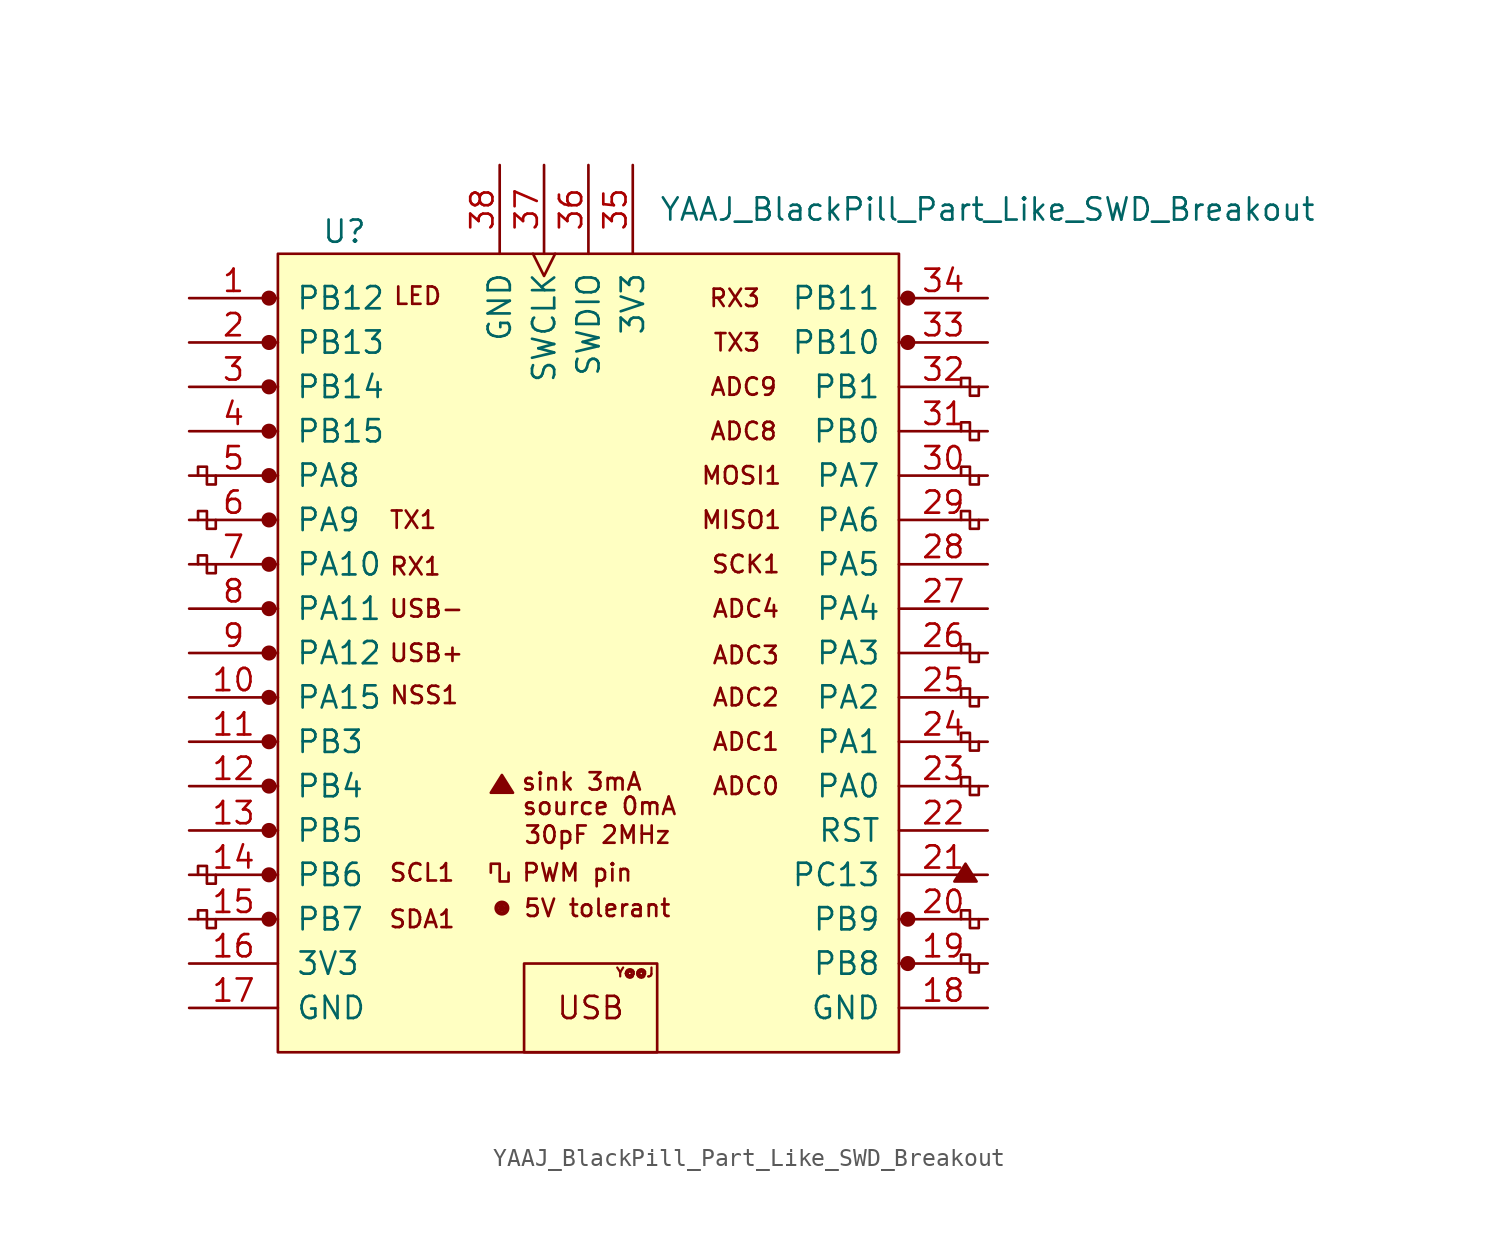
<source format=kicad_sym>
(kicad_symbol_lib
  (version 20231120)
  (generator "kicad_symbol_editor")
  (generator_version "8.0")
  (symbol "YAAJ_BlackPill_Part_Like_SWD_Breakout"
    (pin_names
      (offset 1.016))
    (property "Reference" "U"
      (at -13.97 24.13 0)
      (effects (font (size 1.27 1.27))))
    (property "Value" "YAAJ_BlackPill_Part_Like_SWD_Breakout"
      (at 22.86 25.4 0)
      (effects (font (size 1.27 1.27))))
    (symbol "YAAJ_BlackPill_Part_Like_SWD_Breakout_0_0"
      (circle (center -18.288 -15.24) (radius 0.356) (stroke (width 0) (type solid)) (fill (type outline)))
      (circle (center -18.288 -12.7) (radius 0.356) (stroke (width 0) (type solid)) (fill (type outline)))
      (circle (center -18.288 -10.16) (radius 0.356) (stroke (width 0) (type solid)) (fill (type outline)))
      (circle (center -18.288 -7.62) (radius 0.356) (stroke (width 0) (type solid)) (fill (type outline)))
      (circle (center -18.288 -5.08) (radius 0.356) (stroke (width 0) (type solid)) (fill (type outline)))
      (circle (center -18.288 -2.54) (radius 0.356) (stroke (width 0) (type solid)) (fill (type outline)))
      (circle (center -18.288 0) (radius 0.356) (stroke (width 0) (type solid)) (fill (type outline)))
      (circle (center -18.288 2.54) (radius 0.356) (stroke (width 0) (type solid)) (fill (type outline)))
      (circle (center -18.288 5.08) (radius 0.356) (stroke (width 0) (type solid)) (fill (type outline)))
      (circle (center -18.288 7.62) (radius 0.356) (stroke (width 0) (type solid)) (fill (type outline)))
      (circle (center -18.288 10.16) (radius 0.356) (stroke (width 0) (type solid)) (fill (type outline)))
      (circle (center -18.288 12.7) (radius 0.356) (stroke (width 0) (type solid)) (fill (type outline)))
      (circle (center -18.288 15.24) (radius 0.356) (stroke (width 0) (type solid)) (fill (type outline)))
      (circle (center -18.288 20.32) (radius 0.356) (stroke (width 0) (type solid)) (fill (type outline)))
      (circle (center -4.953 -14.605) (radius 0.127) (stroke (width 0) (type solid)) (fill (type outline)))
      (circle (center -4.953 -14.605) (radius 0.254) (stroke (width 0) (type solid)) (fill (type none)))
      (circle (center -4.953 -14.605) (radius 0.356) (stroke (width 0) (type solid)) (fill (type none)))
      (polyline (pts (xy -5.588 -8.001) (xy -4.953 -6.985) (xy -4.318 -8.001) (xy -5.588 -8.001) (xy -4.953 -7.112) (xy -4.445 -8.001) (xy -5.461 -7.874) (xy -4.953 -7.239) (xy -4.572 -8.001) (xy -5.334 -7.747) (xy -4.826 -7.366) (xy -4.699 -8.001) (xy -5.207 -7.62) (xy -4.699 -7.493) (xy -4.826 -7.874) (xy -5.08 -7.62) (xy -4.826 -7.747) (xy -4.953 -7.493)) (stroke (width 0) (type solid)) (fill (type none)))
      (polyline (pts (xy 20.955 -13.081) (xy 21.59 -12.065) (xy 22.225 -13.081) (xy 20.955 -13.081) (xy 21.59 -12.192) (xy 22.098 -13.081) (xy 21.082 -12.954) (xy 21.59 -12.319) (xy 21.971 -13.081) (xy 21.209 -12.827) (xy 21.717 -12.446) (xy 21.844 -13.081) (xy 21.336 -12.7) (xy 21.844 -12.573) (xy 21.717 -12.954) (xy 21.463 -12.7) (xy 21.717 -12.827) (xy 21.59 -12.573)) (stroke (width 0) (type solid)) (fill (type none)))
      (circle (center 18.288 -17.78) (radius 0.356) (stroke (width 0) (type solid)) (fill (type outline)))
      (circle (center 18.288 -15.24) (radius 0.356) (stroke (width 0) (type solid)) (fill (type outline)))
      (circle (center 18.288 17.78) (radius 0.254) (stroke (width 0) (type solid)) (fill (type outline)))
      (circle (center 18.288 17.78) (radius 0.356) (stroke (width 0) (type solid)) (fill (type none)))
      (circle (center 18.288 20.32) (radius 0.254) (stroke (width 0) (type solid)) (fill (type outline)))
      (circle (center 18.288 20.32) (radius 0.356) (stroke (width 0) (type solid)) (fill (type none)))
      (text "30pF 2MHz" (at 0.508 -10.414 0) (effects (font (size 0.991 0.991))))
      (text "5V tolerant" (at 0.508 -14.605 0) (effects (font (size 0.991 0.991))))
      (text "ADC0" (at 9.017 -7.62 0) (effects (font (size 0.991 0.991))))
      (text "ADC1" (at 9.017 -5.08 0) (effects (font (size 0.991 0.991))))
      (text "ADC2" (at 9.017 -2.54 0) (effects (font (size 0.991 0.991))))
      (text "ADC3" (at 9.017 -0.127 0) (effects (font (size 0.991 0.991))))
      (text "ADC4" (at 9.017 2.54 0) (effects (font (size 0.991 0.991))))
      (text "ADC8" (at 8.89 12.7 0) (effects (font (size 0.991 0.991))))
      (text "ADC9" (at 8.89 15.24 0) (effects (font (size 0.991 0.991))))
      (text "LED" (at -9.779 20.447 0) (effects (font (size 0.991 0.991))))
      (text "MISO1" (at 8.763 7.62 0) (effects (font (size 0.991 0.991))))
      (text "MOSI1" (at 8.763 10.16 0) (effects (font (size 0.991 0.991))))
      (text "NSS1" (at -9.398 -2.413 0) (effects (font (size 0.991 0.991))))
      (text "PWM pin" (at -0.635 -12.573 0) (effects (font (size 0.991 0.991))))
      (text "RX1" (at -9.906 4.953 0) (effects (font (size 0.991 0.991))))
      (text "RX3" (at 8.382 20.32 0) (effects (font (size 0.991 0.991))))
      (text "SCK1" (at 9.017 5.08 0) (effects (font (size 0.991 0.991))))
      (text "SCL1" (at -9.525 -12.573 0) (effects (font (size 0.991 0.991))))
      (text "SDA1" (at -9.525 -15.24 0) (effects (font (size 0.991 0.991))))
      (text "sink 3mA" (at -0.381 -7.366 0) (effects (font (size 0.991 0.991))))
      (text "source 0mA" (at 0.635 -8.763 0) (effects (font (size 0.991 0.991))))
      (text "TX1" (at -10.033 7.62 0) (effects (font (size 0.991 0.991))))
      (text "TX3" (at 8.509 17.78 0) (effects (font (size 0.991 0.991))))
      (text "USB" (at 0.127 -20.32 0) (effects (font (size 1.27 1.27))))
      (text "USB+" (at -9.271 0 0) (effects (font (size 0.991 0.991))))
      (text "USB-" (at -9.271 2.54 0) (effects (font (size 0.991 0.991))))
      (text "Y@@J" (at 2.667 -18.288 0) (effects (font (size 0.508 0.508)))))
    (symbol "YAAJ_BlackPill_Part_Like_SWD_Breakout_0_1"
      (rectangle (start -17.78 22.86) (end 17.78 -22.86) (stroke (width 0) (type solid)) (fill (type background)))
      (polyline (pts (xy -21.336 -15.24) (xy -21.336 -15.748) (xy -21.844 -15.748) (xy -21.844 -14.732) (xy -22.352 -14.732) (xy -22.352 -15.24)) (stroke (width 0) (type solid)) (fill (type none)))
      (polyline (pts (xy -21.336 -12.7) (xy -21.336 -13.208) (xy -21.844 -13.208) (xy -21.844 -12.192) (xy -22.352 -12.192) (xy -22.352 -12.7)) (stroke (width 0) (type solid)) (fill (type none)))
      (polyline (pts (xy -21.336 5.08) (xy -21.336 4.572) (xy -21.844 4.572) (xy -21.844 5.588) (xy -22.352 5.588) (xy -22.352 5.08)) (stroke (width 0) (type solid)) (fill (type none)))
      (polyline (pts (xy -21.336 7.62) (xy -21.336 7.112) (xy -21.844 7.112) (xy -21.844 8.128) (xy -22.352 8.128) (xy -22.352 7.62)) (stroke (width 0) (type solid)) (fill (type none)))
      (polyline (pts (xy -21.336 10.16) (xy -21.336 9.652) (xy -21.844 9.652) (xy -21.844 10.668) (xy -22.352 10.668) (xy -22.352 10.16)) (stroke (width 0) (type solid)) (fill (type none)))
      (polyline (pts (xy -4.572 -12.573) (xy -4.572 -13.081) (xy -5.08 -13.081) (xy -5.08 -12.065) (xy -5.588 -12.065) (xy -5.588 -12.573)) (stroke (width 0) (type solid)) (fill (type none)))
      (polyline (pts (xy 21.336 -17.78) (xy 21.336 -17.272) (xy 21.844 -17.272) (xy 21.844 -18.288) (xy 22.352 -18.288) (xy 22.352 -17.78)) (stroke (width 0) (type solid)) (fill (type none)))
      (polyline (pts (xy 21.336 -15.24) (xy 21.336 -14.732) (xy 21.844 -14.732) (xy 21.844 -15.748) (xy 22.352 -15.748) (xy 22.352 -15.24)) (stroke (width 0) (type solid)) (fill (type none)))
      (polyline (pts (xy 22.352 -7.62) (xy 22.352 -8.128) (xy 21.844 -8.128) (xy 21.844 -7.112) (xy 21.336 -7.112) (xy 21.336 -7.62)) (stroke (width 0) (type solid)) (fill (type none)))
      (polyline (pts (xy 22.352 -5.08) (xy 22.352 -5.588) (xy 21.844 -5.588) (xy 21.844 -4.572) (xy 21.336 -4.572) (xy 21.336 -5.08)) (stroke (width 0) (type solid)) (fill (type none)))
      (polyline (pts (xy 22.352 -2.54) (xy 22.352 -3.048) (xy 21.844 -3.048) (xy 21.844 -2.032) (xy 21.336 -2.032) (xy 21.336 -2.54)) (stroke (width 0) (type solid)) (fill (type none)))
      (polyline (pts (xy 22.352 0) (xy 22.352 -0.508) (xy 21.844 -0.508) (xy 21.844 0.508) (xy 21.336 0.508) (xy 21.336 0)) (stroke (width 0) (type solid)) (fill (type none)))
      (polyline (pts (xy 22.352 7.62) (xy 22.352 7.112) (xy 21.844 7.112) (xy 21.844 8.128) (xy 21.336 8.128) (xy 21.336 7.62)) (stroke (width 0) (type solid)) (fill (type none)))
      (polyline (pts (xy 22.352 10.16) (xy 22.352 9.652) (xy 21.844 9.652) (xy 21.844 10.668) (xy 21.336 10.668) (xy 21.336 10.16)) (stroke (width 0) (type solid)) (fill (type none)))
      (polyline (pts (xy 22.352 12.7) (xy 22.352 12.192) (xy 21.844 12.192) (xy 21.844 13.208) (xy 21.336 13.208) (xy 21.336 12.7)) (stroke (width 0) (type solid)) (fill (type none)))
      (polyline (pts (xy 22.352 15.24) (xy 22.352 14.732) (xy 21.844 14.732) (xy 21.844 15.748) (xy 21.336 15.748) (xy 21.336 15.24)) (stroke (width 0) (type solid)) (fill (type none)))
      (rectangle (start 3.937 -17.78) (end -3.683 -22.86) (stroke (width 0) (type solid)) (fill (type none))))
    (symbol "YAAJ_BlackPill_Part_Like_SWD_Breakout_1_1"
      (circle (center -18.288 17.78) (radius 0.356) (stroke (width 0) (type solid)) (fill (type outline)))
      (pin bidirectional line (at -22.86 20.32 0) (length 5.08) (name "PB12" (effects (font (size 1.27 1.27)))) (number "1" (effects (font (size 1.27 1.27)))))
      (pin bidirectional line (at -22.86 -2.54 0) (length 5.08) (name "PA15" (effects (font (size 1.27 1.27)))) (number "10" (effects (font (size 1.27 1.27)))))
      (pin bidirectional line (at -22.86 -5.08 0) (length 5.08) (name "PB3" (effects (font (size 1.27 1.27)))) (number "11" (effects (font (size 1.27 1.27)))))
      (pin bidirectional line (at -22.86 -7.62 0) (length 5.08) (name "PB4" (effects (font (size 1.27 1.27)))) (number "12" (effects (font (size 1.27 1.27)))))
      (pin bidirectional line (at -22.86 -10.16 0) (length 5.08) (name "PB5" (effects (font (size 1.27 1.27)))) (number "13" (effects (font (size 1.27 1.27)))))
      (pin bidirectional line (at -22.86 -12.7 0) (length 5.08) (name "PB6" (effects (font (size 1.27 1.27)))) (number "14" (effects (font (size 1.27 1.27)))))
      (pin bidirectional line (at -22.86 -15.24 0) (length 5.08) (name "PB7" (effects (font (size 1.27 1.27)))) (number "15" (effects (font (size 1.27 1.27)))))
      (pin power_in line (at -22.86 -17.78 0) (length 5.08) (name "3V3" (effects (font (size 1.27 1.27)))) (number "16" (effects (font (size 1.27 1.27)))))
      (pin power_in line (at -22.86 -20.32 0) (length 5.08) (name "GND" (effects (font (size 1.27 1.27)))) (number "17" (effects (font (size 1.27 1.27)))))
      (pin power_in line (at 22.86 -20.32 180) (length 5.08) (name "GND" (effects (font (size 1.27 1.27)))) (number "18" (effects (font (size 1.27 1.27)))))
      (pin bidirectional line (at 22.86 -17.78 180) (length 5.08) (name "PB8" (effects (font (size 1.27 1.27)))) (number "19" (effects (font (size 1.27 1.27)))))
      (pin bidirectional line (at -22.86 17.78 0) (length 5.08) (name "PB13" (effects (font (size 1.27 1.27)))) (number "2" (effects (font (size 1.27 1.27)))))
      (pin bidirectional line (at 22.86 -15.24 180) (length 5.08) (name "PB9" (effects (font (size 1.27 1.27)))) (number "20" (effects (font (size 1.27 1.27)))))
      (pin bidirectional line (at 22.86 -12.7 180) (length 5.08) (name "PC13" (effects (font (size 1.27 1.27)))) (number "21" (effects (font (size 1.27 1.27)))))
      (pin input line (at 22.86 -10.16 180) (length 5.08) (name "RST" (effects (font (size 1.27 1.27)))) (number "22" (effects (font (size 1.27 1.27)))))
      (pin bidirectional line (at 22.86 -7.62 180) (length 5.08) (name "PA0" (effects (font (size 1.27 1.27)))) (number "23" (effects (font (size 1.27 1.27)))))
      (pin bidirectional line (at 22.86 -5.08 180) (length 5.08) (name "PA1" (effects (font (size 1.27 1.27)))) (number "24" (effects (font (size 1.27 1.27)))))
      (pin bidirectional line (at 22.86 -2.54 180) (length 5.08) (name "PA2" (effects (font (size 1.27 1.27)))) (number "25" (effects (font (size 1.27 1.27)))))
      (pin bidirectional line (at 22.86 0 180) (length 5.08) (name "PA3" (effects (font (size 1.27 1.27)))) (number "26" (effects (font (size 1.27 1.27)))))
      (pin bidirectional line (at 22.86 2.54 180) (length 5.08) (name "PA4" (effects (font (size 1.27 1.27)))) (number "27" (effects (font (size 1.27 1.27)))))
      (pin bidirectional line (at 22.86 5.08 180) (length 5.08) (name "PA5" (effects (font (size 1.27 1.27)))) (number "28" (effects (font (size 1.27 1.27)))))
      (pin bidirectional line (at 22.86 7.62 180) (length 5.08) (name "PA6" (effects (font (size 1.27 1.27)))) (number "29" (effects (font (size 1.27 1.27)))))
      (pin bidirectional line (at -22.86 15.24 0) (length 5.08) (name "PB14" (effects (font (size 1.27 1.27)))) (number "3" (effects (font (size 1.27 1.27)))))
      (pin bidirectional line (at 22.86 10.16 180) (length 5.08) (name "PA7" (effects (font (size 1.27 1.27)))) (number "30" (effects (font (size 1.27 1.27)))))
      (pin bidirectional line (at 22.86 12.7 180) (length 5.08) (name "PB0" (effects (font (size 1.27 1.27)))) (number "31" (effects (font (size 1.27 1.27)))))
      (pin bidirectional line (at 22.86 15.24 180) (length 5.08) (name "PB1" (effects (font (size 1.27 1.27)))) (number "32" (effects (font (size 1.27 1.27)))))
      (pin bidirectional line (at 22.86 17.78 180) (length 5.08) (name "PB10" (effects (font (size 1.27 1.27)))) (number "33" (effects (font (size 1.27 1.27)))))
      (pin bidirectional line (at 22.86 20.32 180) (length 5.08) (name "PB11" (effects (font (size 1.27 1.27)))) (number "34" (effects (font (size 1.27 1.27)))))
      (pin power_in line (at 2.54 27.94 270) (length 5.08) (name "3V3" (effects (font (size 1.27 1.27)))) (number "35" (effects (font (size 1.27 1.27)))))
      (pin bidirectional line (at 0 27.94 270) (length 5.08) (name "SWDIO" (effects (font (size 1.27 1.27)))) (number "36" (effects (font (size 1.27 1.27)))))
      (pin input clock (at -2.54 27.94 270) (length 5.08) (name "SWCLK" (effects (font (size 1.27 1.27)))) (number "37" (effects (font (size 1.27 1.27)))))
      (pin power_in line (at -5.08 27.94 270) (length 5.08) (name "GND" (effects (font (size 1.27 1.27)))) (number "38" (effects (font (size 1.27 1.27)))))
      (pin bidirectional line (at -22.86 12.7 0) (length 5.08) (name "PB15" (effects (font (size 1.27 1.27)))) (number "4" (effects (font (size 1.27 1.27)))))
      (pin bidirectional line (at -22.86 10.16 0) (length 5.08) (name "PA8" (effects (font (size 1.27 1.27)))) (number "5" (effects (font (size 1.27 1.27)))))
      (pin bidirectional line (at -22.86 7.62 0) (length 5.08) (name "PA9" (effects (font (size 1.27 1.27)))) (number "6" (effects (font (size 1.27 1.27)))))
      (pin bidirectional line (at -22.86 5.08 0) (length 5.08) (name "PA10" (effects (font (size 1.27 1.27)))) (number "7" (effects (font (size 1.27 1.27)))))
      (pin bidirectional line (at -22.86 2.54 0) (length 5.08) (name "PA11" (effects (font (size 1.27 1.27)))) (number "8" (effects (font (size 1.27 1.27)))))
      (pin bidirectional line (at -22.86 0 0) (length 5.08) (name "PA12" (effects (font (size 1.27 1.27)))) (number "9" (effects (font (size 1.27 1.27))))))))
</source>
